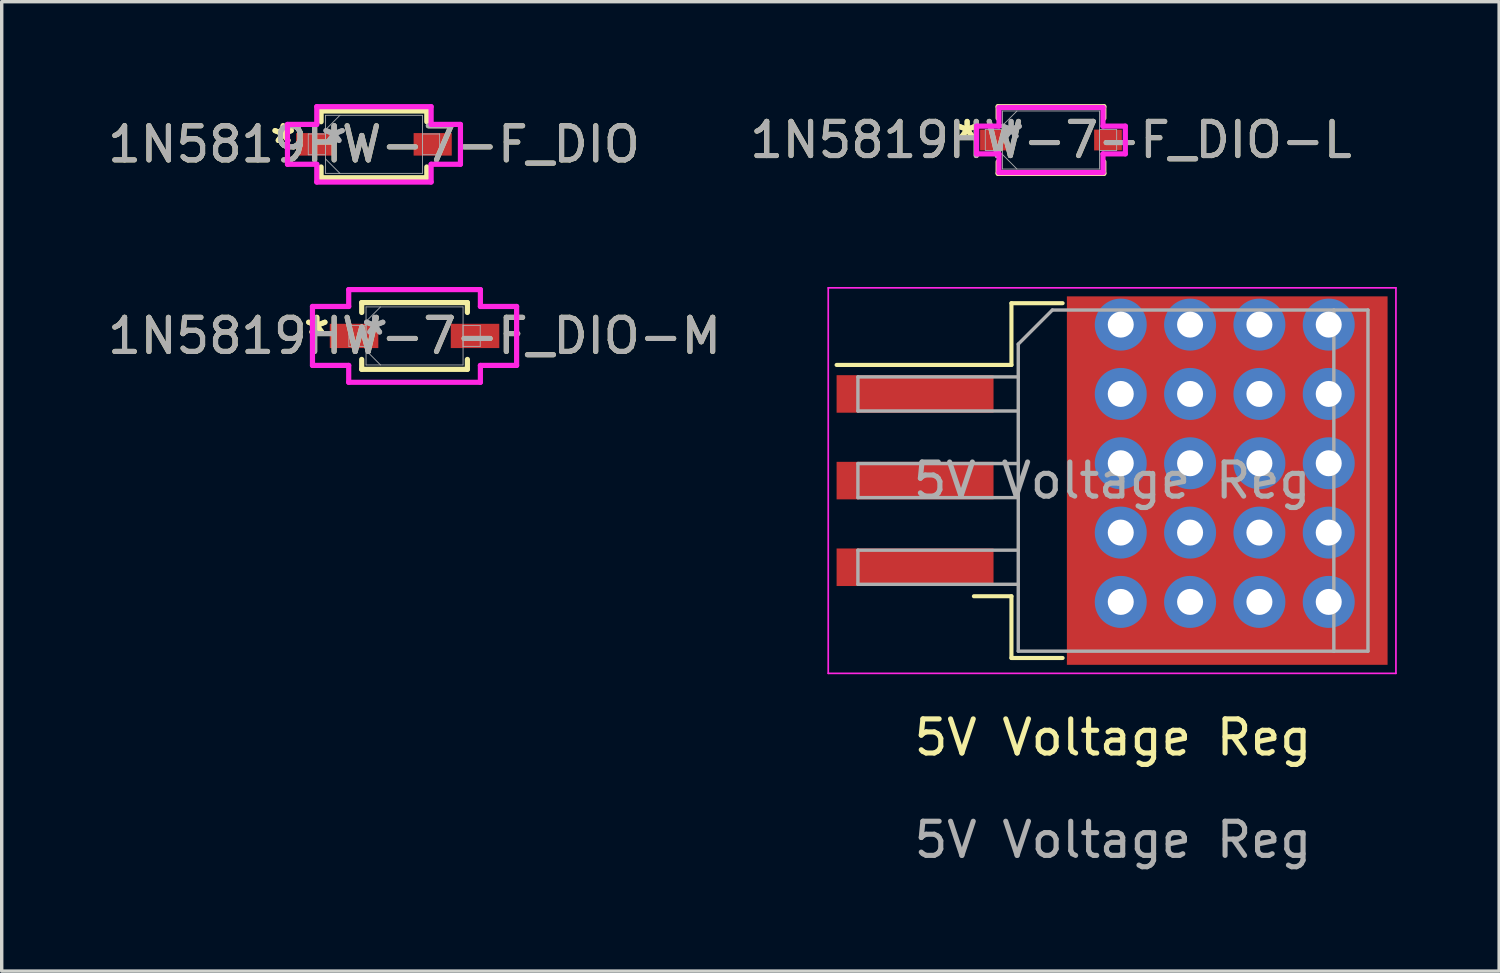
<source format=kicad_pcb>
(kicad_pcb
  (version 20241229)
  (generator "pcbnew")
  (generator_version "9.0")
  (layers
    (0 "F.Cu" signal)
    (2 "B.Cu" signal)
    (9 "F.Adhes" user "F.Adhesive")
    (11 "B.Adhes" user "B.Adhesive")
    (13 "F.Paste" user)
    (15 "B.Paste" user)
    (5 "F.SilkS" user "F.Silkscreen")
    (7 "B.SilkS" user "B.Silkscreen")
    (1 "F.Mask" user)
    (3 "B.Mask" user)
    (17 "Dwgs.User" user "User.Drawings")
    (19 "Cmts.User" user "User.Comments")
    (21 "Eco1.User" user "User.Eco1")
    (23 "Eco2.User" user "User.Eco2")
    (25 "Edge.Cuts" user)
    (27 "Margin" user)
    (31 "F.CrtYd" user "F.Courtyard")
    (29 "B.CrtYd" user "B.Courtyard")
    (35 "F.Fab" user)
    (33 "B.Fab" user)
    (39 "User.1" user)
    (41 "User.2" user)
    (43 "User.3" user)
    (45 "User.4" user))
  (footprint "1N5819HW-7-F_DIO-L"
    (layer "F.Cu")
    (at 27.756 1.054)
    (property "Reference" "1N5819HW-7-F_DIO-L" (at 0 0 0) (unlocked yes) (layer "F.SilkS") (effects (font (size 1 1) (thickness 0.15))))
    (attr smd)
    (fp_line (start -1.549 -0.978) (end -1.549 -0.638) (stroke (width 0.152) (type solid)) (layer "F.SilkS"))
    (fp_line (start -1.549 0.638) (end -1.549 0.978) (stroke (width 0.152) (type solid)) (layer "F.SilkS"))
    (fp_line (start -1.549 0.978) (end 1.549 0.978) (stroke (width 0.152) (type solid)) (layer "F.SilkS"))
    (fp_line (start 1.549 -0.978) (end -1.549 -0.978) (stroke (width 0.152) (type solid)) (layer "F.SilkS"))
    (fp_line (start 1.549 -0.638) (end 1.549 -0.978) (stroke (width 0.152) (type solid)) (layer "F.SilkS"))
    (fp_line (start 1.549 0.978) (end 1.549 0.638) (stroke (width 0.152) (type solid)) (layer "F.SilkS"))
    (fp_line (start -2.179 -0.406) (end -1.524 -0.406) (stroke (width 0.152) (type solid)) (layer "F.CrtYd"))
    (fp_line (start -2.179 0.406) (end -2.179 -0.406) (stroke (width 0.152) (type solid)) (layer "F.CrtYd"))
    (fp_line (start -1.524 -0.953) (end 1.524 -0.953) (stroke (width 0.152) (type solid)) (layer "F.CrtYd"))
    (fp_line (start -1.524 -0.406) (end -1.524 -0.953) (stroke (width 0.152) (type solid)) (layer "F.CrtYd"))
    (fp_line (start -1.524 0.406) (end -2.179 0.406) (stroke (width 0.152) (type solid)) (layer "F.CrtYd"))
    (fp_line (start -1.524 0.953) (end -1.524 0.406) (stroke (width 0.152) (type solid)) (layer "F.CrtYd"))
    (fp_line (start 1.524 -0.953) (end 1.524 -0.406) (stroke (width 0.152) (type solid)) (layer "F.CrtYd"))
    (fp_line (start 1.524 -0.406) (end 2.179 -0.406) (stroke (width 0.152) (type solid)) (layer "F.CrtYd"))
    (fp_line (start 1.524 0.406) (end 1.524 0.953) (stroke (width 0.152) (type solid)) (layer "F.CrtYd"))
    (fp_line (start 1.524 0.953) (end -1.524 0.953) (stroke (width 0.152) (type solid)) (layer "F.CrtYd"))
    (fp_line (start 2.179 -0.406) (end 2.179 0.406) (stroke (width 0.152) (type solid)) (layer "F.CrtYd"))
    (fp_line (start 2.179 0.406) (end 1.524 0.406) (stroke (width 0.152) (type solid)) (layer "F.CrtYd"))
    (fp_line (start -1.925 -0.305) (end -1.925 0.305) (stroke (width 0.025) (type solid)) (layer "F.Fab"))
    (fp_line (start -1.925 0.305) (end -1.422 0.305) (stroke (width 0.025) (type solid)) (layer "F.Fab"))
    (fp_line (start -1.422 -0.851) (end -1.422 0.851) (stroke (width 0.025) (type solid)) (layer "F.Fab"))
    (fp_line (start -1.422 -0.425) (end -0.997 -0.851) (stroke (width 0.025) (type solid)) (layer "F.Fab"))
    (fp_line (start -1.422 -0.305) (end -1.925 -0.305) (stroke (width 0.025) (type solid)) (layer "F.Fab"))
    (fp_line (start -1.422 0.305) (end -1.422 -0.305) (stroke (width 0.025) (type solid)) (layer "F.Fab"))
    (fp_line (start -1.422 0.425) (end -0.997 0.851) (stroke (width 0.025) (type solid)) (layer "F.Fab"))
    (fp_line (start -1.422 0.851) (end 1.422 0.851) (stroke (width 0.025) (type solid)) (layer "F.Fab"))
    (fp_line (start 1.422 -0.851) (end -1.422 -0.851) (stroke (width 0.025) (type solid)) (layer "F.Fab"))
    (fp_line (start 1.422 -0.305) (end 1.422 0.305) (stroke (width 0.025) (type solid)) (layer "F.Fab"))
    (fp_line (start 1.422 0.305) (end 1.925 0.305) (stroke (width 0.025) (type solid)) (layer "F.Fab"))
    (fp_line (start 1.422 0.851) (end 1.422 -0.851) (stroke (width 0.025) (type solid)) (layer "F.Fab"))
    (fp_line (start 1.925 -0.305) (end 1.422 -0.305) (stroke (width 0.025) (type solid)) (layer "F.Fab"))
    (fp_line (start 1.925 0.305) (end 1.925 -0.305) (stroke (width 0.025) (type solid)) (layer "F.Fab"))
    (fp_text user "*" (at -2.458 0 0) (layer "F.SilkS") (effects (font (size 1 1) (thickness 0.15))))
    (fp_text user "*" (at -2.458 0 0) (unlocked yes) (layer "F.SilkS") (effects (font (size 1 1) (thickness 0.15))))
    (fp_text user "*" (at -1.168 0 0) (unlocked yes) (layer "F.Fab") (effects (font (size 1 1) (thickness 0.15))))
    (fp_text user "*" (at -1.168 0 0) (layer "F.Fab") (effects (font (size 1 1) (thickness 0.15))))
    (fp_text user "${REFERENCE}" (at 0 0 0) (unlocked yes) (layer "F.Fab") (effects (font (size 1 1) (thickness 0.15))))
    (pad "1" smd rect (at -1.671 0) (size 0.813 0.61) (layers "F.Cu" "F.Mask" "F.Paste"))
    (pad "2" smd rect (at 1.671 0) (size 0.813 0.61) (layers "F.Cu" "F.Mask" "F.Paste")))
  (footprint "1N5819HW-7-F_DIO"
    (layer "F.Cu")
    (at 7.911 1.181)
    (property "Reference" "1N5819HW-7-F_DIO" (at 0 0 0) (unlocked yes) (layer "F.SilkS") (effects (font (size 1 1) (thickness 0.15))))
    (attr smd)
    (fp_line (start -1.549 -0.978) (end -1.549 -0.663) (stroke (width 0.152) (type solid)) (layer "F.SilkS"))
    (fp_line (start -1.549 0.663) (end -1.549 0.978) (stroke (width 0.152) (type solid)) (layer "F.SilkS"))
    (fp_line (start -1.549 0.978) (end 1.549 0.978) (stroke (width 0.152) (type solid)) (layer "F.SilkS"))
    (fp_line (start 1.549 -0.978) (end -1.549 -0.978) (stroke (width 0.152) (type solid)) (layer "F.SilkS"))
    (fp_line (start 1.549 -0.663) (end 1.549 -0.978) (stroke (width 0.152) (type solid)) (layer "F.SilkS"))
    (fp_line (start 1.549 0.978) (end 1.549 0.663) (stroke (width 0.152) (type solid)) (layer "F.SilkS"))
    (fp_line (start -2.535 -0.584) (end -1.676 -0.584) (stroke (width 0.152) (type solid)) (layer "F.CrtYd"))
    (fp_line (start -2.535 0.584) (end -2.535 -0.584) (stroke (width 0.152) (type solid)) (layer "F.CrtYd"))
    (fp_line (start -1.676 -1.105) (end 1.676 -1.105) (stroke (width 0.152) (type solid)) (layer "F.CrtYd"))
    (fp_line (start -1.676 -0.584) (end -1.676 -1.105) (stroke (width 0.152) (type solid)) (layer "F.CrtYd"))
    (fp_line (start -1.676 0.584) (end -2.535 0.584) (stroke (width 0.152) (type solid)) (layer "F.CrtYd"))
    (fp_line (start -1.676 1.105) (end -1.676 0.584) (stroke (width 0.152) (type solid)) (layer "F.CrtYd"))
    (fp_line (start 1.676 -1.105) (end 1.676 -0.584) (stroke (width 0.152) (type solid)) (layer "F.CrtYd"))
    (fp_line (start 1.676 -0.584) (end 2.535 -0.584) (stroke (width 0.152) (type solid)) (layer "F.CrtYd"))
    (fp_line (start 1.676 0.584) (end 1.676 1.105) (stroke (width 0.152) (type solid)) (layer "F.CrtYd"))
    (fp_line (start 1.676 1.105) (end -1.676 1.105) (stroke (width 0.152) (type solid)) (layer "F.CrtYd"))
    (fp_line (start 2.535 -0.584) (end 2.535 0.584) (stroke (width 0.152) (type solid)) (layer "F.CrtYd"))
    (fp_line (start 2.535 0.584) (end 1.676 0.584) (stroke (width 0.152) (type solid)) (layer "F.CrtYd"))
    (fp_line (start -1.925 -0.305) (end -1.925 0.305) (stroke (width 0.025) (type solid)) (layer "F.Fab"))
    (fp_line (start -1.925 0.305) (end -1.422 0.305) (stroke (width 0.025) (type solid)) (layer "F.Fab"))
    (fp_line (start -1.422 -0.851) (end -1.422 0.851) (stroke (width 0.025) (type solid)) (layer "F.Fab"))
    (fp_line (start -1.422 -0.425) (end -0.997 -0.851) (stroke (width 0.025) (type solid)) (layer "F.Fab"))
    (fp_line (start -1.422 -0.305) (end -1.925 -0.305) (stroke (width 0.025) (type solid)) (layer "F.Fab"))
    (fp_line (start -1.422 0.305) (end -1.422 -0.305) (stroke (width 0.025) (type solid)) (layer "F.Fab"))
    (fp_line (start -1.422 0.425) (end -0.997 0.851) (stroke (width 0.025) (type solid)) (layer "F.Fab"))
    (fp_line (start -1.422 0.851) (end 1.422 0.851) (stroke (width 0.025) (type solid)) (layer "F.Fab"))
    (fp_line (start 1.422 -0.851) (end -1.422 -0.851) (stroke (width 0.025) (type solid)) (layer "F.Fab"))
    (fp_line (start 1.422 -0.305) (end 1.422 0.305) (stroke (width 0.025) (type solid)) (layer "F.Fab"))
    (fp_line (start 1.422 0.305) (end 1.925 0.305) (stroke (width 0.025) (type solid)) (layer "F.Fab"))
    (fp_line (start 1.422 0.851) (end 1.422 -0.851) (stroke (width 0.025) (type solid)) (layer "F.Fab"))
    (fp_line (start 1.925 -0.305) (end 1.422 -0.305) (stroke (width 0.025) (type solid)) (layer "F.Fab"))
    (fp_line (start 1.925 0.305) (end 1.925 -0.305) (stroke (width 0.025) (type solid)) (layer "F.Fab"))
    (fp_text user "*" (at -2.662 0 0) (unlocked yes) (layer "F.SilkS") (effects (font (size 1 1) (thickness 0.15))))
    (fp_text user "*" (at -2.662 0 0) (layer "F.SilkS") (effects (font (size 1 1) (thickness 0.15))))
    (fp_text user "*" (at -1.168 0 0) (layer "F.Fab") (effects (font (size 1 1) (thickness 0.15))))
    (fp_text user "*" (at -1.168 0 0) (unlocked yes) (layer "F.Fab") (effects (font (size 1 1) (thickness 0.15))))
    (fp_text user "${REFERENCE}" (at 0 0 0) (unlocked yes) (layer "F.Fab") (effects (font (size 1 1) (thickness 0.15))))
    (pad "1" smd rect (at -1.722 0) (size 1.118 0.66) (layers "F.Cu" "F.Mask" "F.Paste"))
    (pad "2" smd rect (at 1.722 0) (size 1.118 0.66) (layers "F.Cu" "F.Mask" "F.Paste")))
  (footprint "5V Voltage Reg"
    (layer "F.Cu")
    (at 29.573 19.067)
    (property "Reference" "5V Voltage Reg" (at 0 -0.5 0) (unlocked yes) (layer "F.SilkS") (effects (font (size 1 1) (thickness 0.15))))
    (attr smd)
    (fp_line (start -2.976 -13.23) (end -2.976 -11.42) (stroke (width 0.12) (type solid)) (layer "F.SilkS"))
    (fp_line (start -2.976 -11.42) (end -8.101 -11.42) (stroke (width 0.12) (type solid)) (layer "F.SilkS"))
    (fp_line (start -2.976 -4.64) (end -4.076 -4.64) (stroke (width 0.12) (type solid)) (layer "F.SilkS"))
    (fp_line (start -2.976 -2.83) (end -2.976 -4.64) (stroke (width 0.12) (type solid)) (layer "F.SilkS"))
    (fp_line (start -1.476 -13.23) (end -2.976 -13.23) (stroke (width 0.12) (type solid)) (layer "F.SilkS"))
    (fp_line (start -1.476 -2.83) (end -2.976 -2.83) (stroke (width 0.12) (type solid)) (layer "F.SilkS"))
    (fp_line (start -8.346 -13.68) (end -8.346 -2.38) (stroke (width 0.05) (type solid)) (layer "F.CrtYd"))
    (fp_line (start -8.346 -2.38) (end 8.294 -2.38) (stroke (width 0.05) (type solid)) (layer "F.CrtYd"))
    (fp_line (start 8.294 -13.68) (end -8.346 -13.68) (stroke (width 0.05) (type solid)) (layer "F.CrtYd"))
    (fp_line (start 8.294 -2.38) (end 8.294 -13.68) (stroke (width 0.05) (type solid)) (layer "F.CrtYd"))
    (fp_line (start -7.476 -11.07) (end -7.476 -10.07) (stroke (width 0.1) (type solid)) (layer "F.Fab"))
    (fp_line (start -7.476 -10.07) (end -2.776 -10.07) (stroke (width 0.1) (type solid)) (layer "F.Fab"))
    (fp_line (start -7.476 -8.53) (end -7.476 -7.53) (stroke (width 0.1) (type solid)) (layer "F.Fab"))
    (fp_line (start -7.476 -7.53) (end -2.776 -7.53) (stroke (width 0.1) (type solid)) (layer "F.Fab"))
    (fp_line (start -7.476 -5.99) (end -7.476 -4.99) (stroke (width 0.1) (type solid)) (layer "F.Fab"))
    (fp_line (start -7.476 -4.99) (end -2.776 -4.99) (stroke (width 0.1) (type solid)) (layer "F.Fab"))
    (fp_line (start -2.776 -12.03) (end -1.776 -13.03) (stroke (width 0.1) (type solid)) (layer "F.Fab"))
    (fp_line (start -2.776 -11.07) (end -7.476 -11.07) (stroke (width 0.1) (type solid)) (layer "F.Fab"))
    (fp_line (start -2.776 -8.53) (end -7.476 -8.53) (stroke (width 0.1) (type solid)) (layer "F.Fab"))
    (fp_line (start -2.776 -5.99) (end -7.476 -5.99) (stroke (width 0.1) (type solid)) (layer "F.Fab"))
    (fp_line (start -2.776 -3.03) (end -2.776 -12.03) (stroke (width 0.1) (type solid)) (layer "F.Fab"))
    (fp_line (start -1.776 -13.03) (end 6.474 -13.03) (stroke (width 0.1) (type solid)) (layer "F.Fab"))
    (fp_line (start 6.474 -13.03) (end 6.474 -3.03) (stroke (width 0.1) (type solid)) (layer "F.Fab"))
    (fp_line (start 6.474 -13.03) (end 7.474 -13.03) (stroke (width 0.1) (type solid)) (layer "F.Fab"))
    (fp_line (start 6.474 -3.03) (end -2.776 -3.03) (stroke (width 0.1) (type solid)) (layer "F.Fab"))
    (fp_line (start 7.474 -13.03) (end 7.474 -3.03) (stroke (width 0.1) (type solid)) (layer "F.Fab"))
    (fp_line (start 7.474 -3.03) (end 6.474 -3.03) (stroke (width 0.1) (type solid)) (layer "F.Fab"))
    (fp_text user "${REFERENCE}" (at -0.026 -8.03 180) (layer "F.Fab") (effects (font (size 1 1) (thickness 0.15))))
    (fp_text user "${REFERENCE}" (at 0 2.5 0) (unlocked yes) (layer "F.Fab") (effects (font (size 1 1) (thickness 0.15))))
    (pad "" smd rect (at 0.924 -10.805) (size 4.55 5.25) (layers "F.Paste"))
    (pad "" smd rect (at 0.924 -5.255) (size 4.55 5.25) (layers "F.Paste"))
    (pad "" smd rect (at 5.774 -10.805) (size 4.55 5.25) (layers "F.Paste"))
    (pad "" smd rect (at 5.774 -5.255) (size 4.55 5.25) (layers "F.Paste"))
    (pad "1" smd rect (at -5.801 -10.57) (size 4.6 1.1) (layers "F.Cu" "F.Mask" "F.Paste"))
    (pad "2" smd rect (at -5.801 -8.03) (size 4.6 1.1) (layers "F.Cu" "F.Mask" "F.Paste"))
    (pad "2" thru_hole circle (at 0.228 -12.602) (size 1.524 1.524) (drill 0.762) (layers "*.Cu" "*.Mask"))
    (pad "2" thru_hole circle (at 0.228 -10.57) (size 1.524 1.524) (drill 0.762) (layers "*.Cu" "*.Mask"))
    (pad "2" thru_hole circle (at 0.228 -8.538) (size 1.524 1.524) (drill 0.762) (layers "*.Cu" "*.Mask"))
    (pad "2" thru_hole circle (at 0.228 -6.506) (size 1.524 1.524) (drill 0.762) (layers "*.Cu" "*.Mask"))
    (pad "2" thru_hole circle (at 0.228 -4.474) (size 1.524 1.524) (drill 0.762) (layers "*.Cu" "*.Mask"))
    (pad "2" thru_hole circle (at 2.26 -12.602) (size 1.524 1.524) (drill 0.762) (layers "*.Cu" "*.Mask"))
    (pad "2" thru_hole circle (at 2.26 -10.57) (size 1.524 1.524) (drill 0.762) (layers "*.Cu" "*.Mask"))
    (pad "2" thru_hole circle (at 2.26 -8.538) (size 1.524 1.524) (drill 0.762) (layers "*.Cu" "*.Mask"))
    (pad "2" thru_hole circle (at 2.26 -6.506) (size 1.524 1.524) (drill 0.762) (layers "*.Cu" "*.Mask"))
    (pad "2" thru_hole circle (at 2.26 -4.474) (size 1.524 1.524) (drill 0.762) (layers "*.Cu" "*.Mask"))
    (pad "2" smd rect (at 3.349 -8.03) (size 9.4 10.8) (layers "F.Cu" "F.Mask"))
    (pad "2" thru_hole circle (at 4.292 -12.602) (size 1.524 1.524) (drill 0.762) (layers "*.Cu" "*.Mask"))
    (pad "2" thru_hole circle (at 4.292 -10.57) (size 1.524 1.524) (drill 0.762) (layers "*.Cu" "*.Mask"))
    (pad "2" thru_hole circle (at 4.292 -8.538) (size 1.524 1.524) (drill 0.762) (layers "*.Cu" "*.Mask"))
    (pad "2" thru_hole circle (at 4.292 -6.506) (size 1.524 1.524) (drill 0.762) (layers "*.Cu" "*.Mask"))
    (pad "2" thru_hole circle (at 4.292 -4.474) (size 1.524 1.524) (drill 0.762) (layers "*.Cu" "*.Mask"))
    (pad "2" thru_hole circle (at 6.324 -12.602) (size 1.524 1.524) (drill 0.762) (layers "*.Cu" "*.Mask"))
    (pad "2" thru_hole circle (at 6.324 -10.57) (size 1.524 1.524) (drill 0.762) (layers "*.Cu" "*.Mask"))
    (pad "2" thru_hole circle (at 6.324 -8.538) (size 1.524 1.524) (drill 0.762) (layers "*.Cu" "*.Mask"))
    (pad "2" thru_hole circle (at 6.324 -6.506) (size 1.524 1.524) (drill 0.762) (layers "*.Cu" "*.Mask"))
    (pad "2" thru_hole circle (at 6.324 -4.474) (size 1.524 1.524) (drill 0.762) (layers "*.Cu" "*.Mask"))
    (pad "3" smd rect (at -5.801 -5.49) (size 4.6 1.1) (layers "F.Cu" "F.Mask" "F.Paste")))
  (footprint "1N5819HW-7-F_DIO-M"
    (layer "F.Cu")
    (at 9.101 6.797)
    (property "Reference" "1N5819HW-7-F_DIO-M" (at 0 0 0) (unlocked yes) (layer "F.SilkS") (effects (font (size 1 1) (thickness 0.15))))
    (attr smd)
    (fp_line (start -1.549 -0.978) (end -1.549 -0.688) (stroke (width 0.152) (type solid)) (layer "F.SilkS"))
    (fp_line (start -1.549 0.688) (end -1.549 0.978) (stroke (width 0.152) (type solid)) (layer "F.SilkS"))
    (fp_line (start -1.549 0.978) (end 1.549 0.978) (stroke (width 0.152) (type solid)) (layer "F.SilkS"))
    (fp_line (start 1.549 -0.978) (end -1.549 -0.978) (stroke (width 0.152) (type solid)) (layer "F.SilkS"))
    (fp_line (start 1.549 -0.688) (end 1.549 -0.978) (stroke (width 0.152) (type solid)) (layer "F.SilkS"))
    (fp_line (start 1.549 0.978) (end 1.549 0.688) (stroke (width 0.152) (type solid)) (layer "F.SilkS"))
    (fp_line (start -2.992 -0.864) (end -1.93 -0.864) (stroke (width 0.152) (type solid)) (layer "F.CrtYd"))
    (fp_line (start -2.992 0.864) (end -2.992 -0.864) (stroke (width 0.152) (type solid)) (layer "F.CrtYd"))
    (fp_line (start -1.93 -1.359) (end 1.93 -1.359) (stroke (width 0.152) (type solid)) (layer "F.CrtYd"))
    (fp_line (start -1.93 -0.864) (end -1.93 -1.359) (stroke (width 0.152) (type solid)) (layer "F.CrtYd"))
    (fp_line (start -1.93 0.864) (end -2.992 0.864) (stroke (width 0.152) (type solid)) (layer "F.CrtYd"))
    (fp_line (start -1.93 1.359) (end -1.93 0.864) (stroke (width 0.152) (type solid)) (layer "F.CrtYd"))
    (fp_line (start 1.93 -1.359) (end 1.93 -0.864) (stroke (width 0.152) (type solid)) (layer "F.CrtYd"))
    (fp_line (start 1.93 -0.864) (end 2.992 -0.864) (stroke (width 0.152) (type solid)) (layer "F.CrtYd"))
    (fp_line (start 1.93 0.864) (end 1.93 1.359) (stroke (width 0.152) (type solid)) (layer "F.CrtYd"))
    (fp_line (start 1.93 1.359) (end -1.93 1.359) (stroke (width 0.152) (type solid)) (layer "F.CrtYd"))
    (fp_line (start 2.992 -0.864) (end 2.992 0.864) (stroke (width 0.152) (type solid)) (layer "F.CrtYd"))
    (fp_line (start 2.992 0.864) (end 1.93 0.864) (stroke (width 0.152) (type solid)) (layer "F.CrtYd"))
    (fp_line (start -1.925 -0.305) (end -1.925 0.305) (stroke (width 0.025) (type solid)) (layer "F.Fab"))
    (fp_line (start -1.925 0.305) (end -1.422 0.305) (stroke (width 0.025) (type solid)) (layer "F.Fab"))
    (fp_line (start -1.422 -0.851) (end -1.422 0.851) (stroke (width 0.025) (type solid)) (layer "F.Fab"))
    (fp_line (start -1.422 -0.425) (end -0.997 -0.851) (stroke (width 0.025) (type solid)) (layer "F.Fab"))
    (fp_line (start -1.422 -0.305) (end -1.925 -0.305) (stroke (width 0.025) (type solid)) (layer "F.Fab"))
    (fp_line (start -1.422 0.305) (end -1.422 -0.305) (stroke (width 0.025) (type solid)) (layer "F.Fab"))
    (fp_line (start -1.422 0.425) (end -0.997 0.851) (stroke (width 0.025) (type solid)) (layer "F.Fab"))
    (fp_line (start -1.422 0.851) (end 1.422 0.851) (stroke (width 0.025) (type solid)) (layer "F.Fab"))
    (fp_line (start 1.422 -0.851) (end -1.422 -0.851) (stroke (width 0.025) (type solid)) (layer "F.Fab"))
    (fp_line (start 1.422 -0.305) (end 1.422 0.305) (stroke (width 0.025) (type solid)) (layer "F.Fab"))
    (fp_line (start 1.422 0.305) (end 1.925 0.305) (stroke (width 0.025) (type solid)) (layer "F.Fab"))
    (fp_line (start 1.422 0.851) (end 1.422 -0.851) (stroke (width 0.025) (type solid)) (layer "F.Fab"))
    (fp_line (start 1.925 -0.305) (end 1.422 -0.305) (stroke (width 0.025) (type solid)) (layer "F.Fab"))
    (fp_line (start 1.925 0.305) (end 1.925 -0.305) (stroke (width 0.025) (type solid)) (layer "F.Fab"))
    (fp_text user "*" (at -2.865 0 0) (layer "F.SilkS") (effects (font (size 1 1) (thickness 0.15))))
    (fp_text user "*" (at -2.865 0 0) (unlocked yes) (layer "F.SilkS") (effects (font (size 1 1) (thickness 0.15))))
    (fp_text user "${REFERENCE}" (at 0 0 0) (unlocked yes) (layer "F.Fab") (effects (font (size 1 1) (thickness 0.15))))
    (fp_text user "*" (at -1.168 0 0) (layer "F.Fab") (effects (font (size 1 1) (thickness 0.15))))
    (fp_text user "*" (at -1.168 0 0) (unlocked yes) (layer "F.Fab") (effects (font (size 1 1) (thickness 0.15))))
    (pad "1" smd rect (at -1.773 0) (size 1.422 0.711) (layers "F.Cu" "F.Mask" "F.Paste"))
    (pad "2" smd rect (at 1.773 0) (size 1.422 0.711) (layers "F.Cu" "F.Mask" "F.Paste")))
  (gr_rect
    (start -3 -3)
    (end 40.892 25.415)
    (stroke (width 0.1) (type default))
    (fill no)
    (layer "Edge.Cuts")))
</source>
